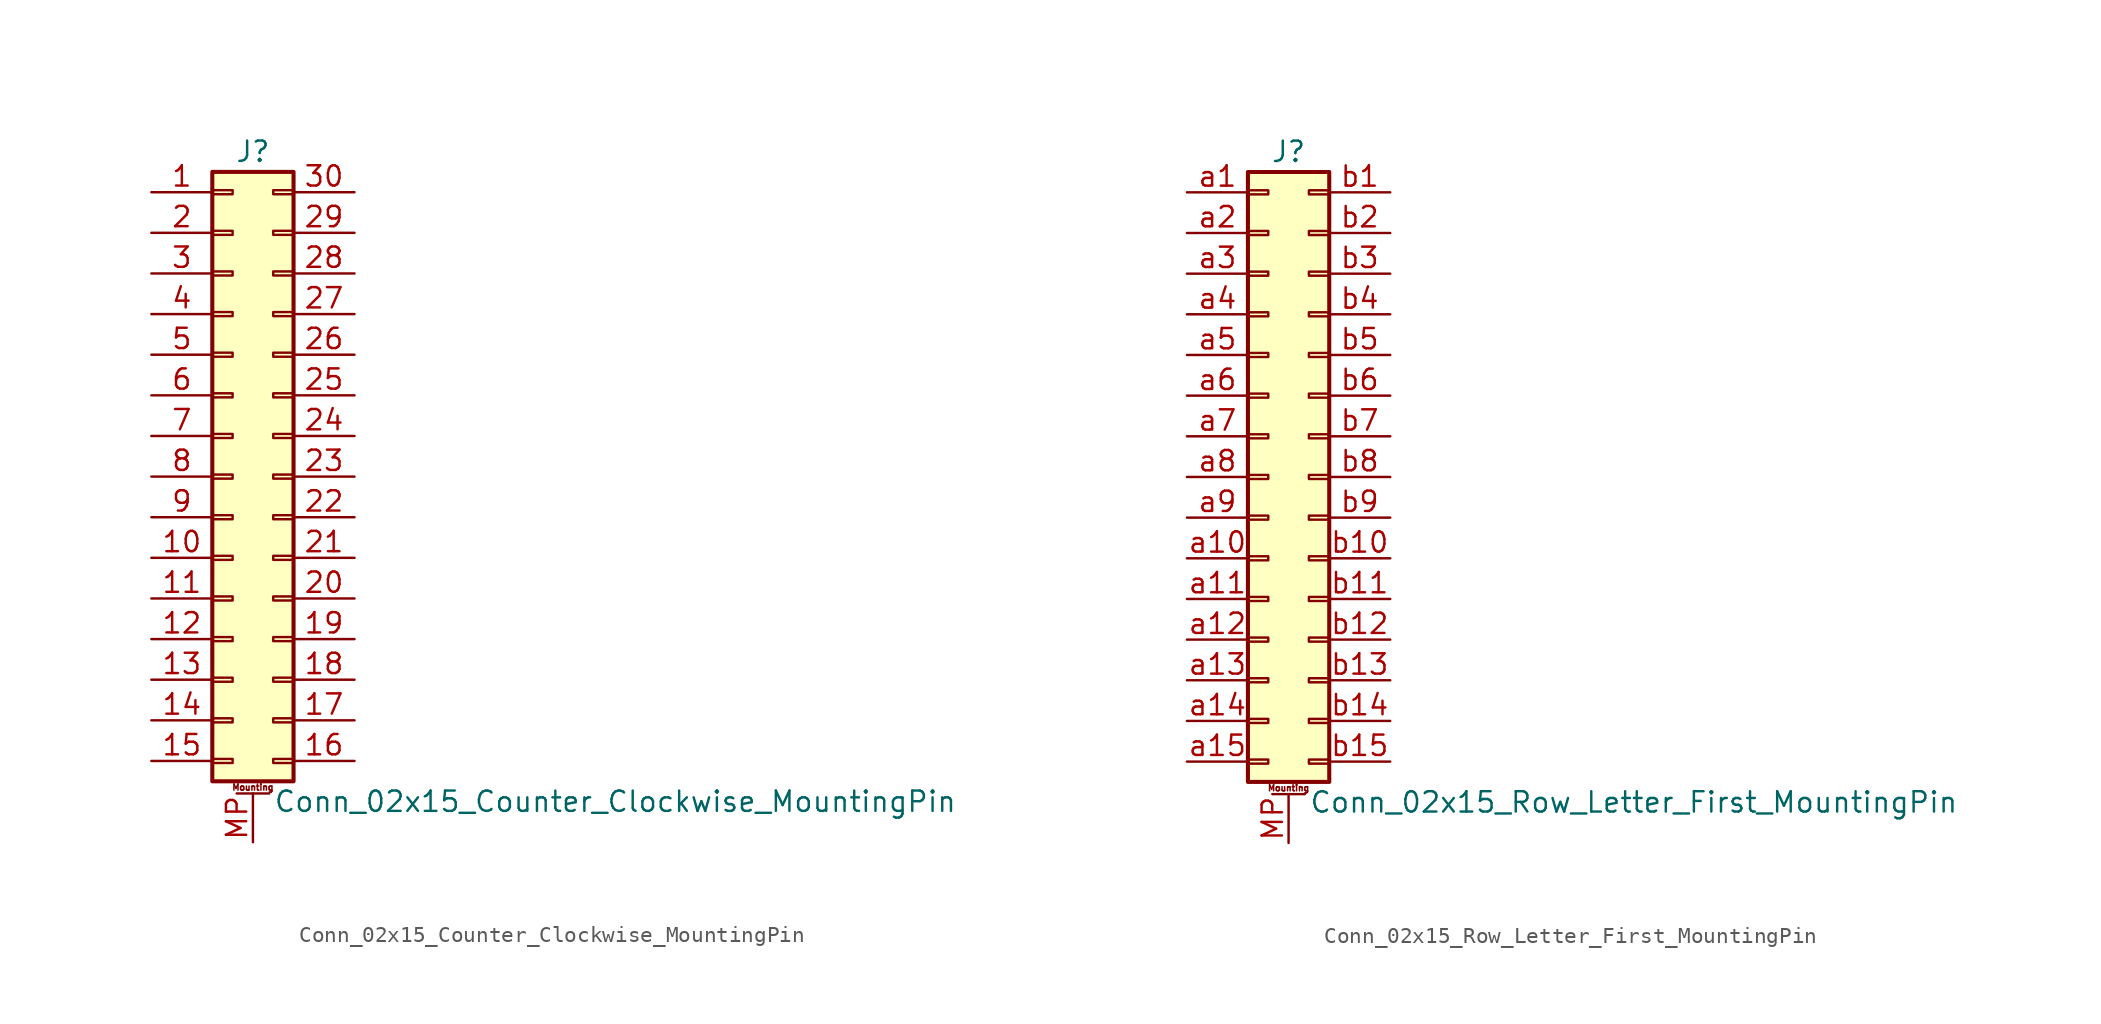
<source format=kicad_sym>
(kicad_symbol_lib
  (version 20201005)
  (generator kicad_symbol_editor)
  (symbol "Connector_Generic_MountingPin:Conn_02x15_Counter_Clockwise_MountingPin"
    (pin_names
      (offset 1.016) hide)
    (property "Reference" "J"
      (at 1.27 20.32 0)
      (effects (font (size 1.27 1.27))))
    (property "Value" "Conn_02x15_Counter_Clockwise_MountingPin"
      (at 2.54 -20.32 0)
      (effects (font (size 1.27 1.27)) (justify left)))
    (symbol "Conn_02x15_Counter_Clockwise_MountingPin_1_1"
      (text "Mounting" (at 1.27 -19.431 0) (effects (font (size 0.381 0.381))))
      (rectangle (start -1.27 -4.953) (end 0 -5.207) (stroke (width 0.152)) (fill (type none)))
      (rectangle (start -1.27 -7.493) (end 0 -7.747) (stroke (width 0.152)) (fill (type none)))
      (rectangle (start -1.27 -10.033) (end 0 -10.287) (stroke (width 0.152)) (fill (type none)))
      (rectangle (start -1.27 -12.573) (end 0 -12.827) (stroke (width 0.152)) (fill (type none)))
      (rectangle (start -1.27 -15.113) (end 0 -15.367) (stroke (width 0.152)) (fill (type none)))
      (rectangle (start -1.27 -17.653) (end 0 -17.907) (stroke (width 0.152)) (fill (type none)))
      (rectangle (start -1.27 -2.413) (end 0 -2.667) (stroke (width 0.152)) (fill (type none)))
      (rectangle (start -1.27 2.667) (end 0 2.413) (stroke (width 0.152)) (fill (type none)))
      (rectangle (start -1.27 5.207) (end 0 4.953) (stroke (width 0.152)) (fill (type none)))
      (rectangle (start -1.27 7.747) (end 0 7.493) (stroke (width 0.152)) (fill (type none)))
      (rectangle (start -1.27 10.287) (end 0 10.033) (stroke (width 0.152)) (fill (type none)))
      (rectangle (start -1.27 0.127) (end 0 -0.127) (stroke (width 0.152)) (fill (type none)))
      (rectangle (start -1.27 12.827) (end 0 12.573) (stroke (width 0.152)) (fill (type none)))
      (rectangle (start -1.27 15.367) (end 0 15.113) (stroke (width 0.152)) (fill (type none)))
      (rectangle (start -1.27 17.907) (end 0 17.653) (stroke (width 0.152)) (fill (type none)))
      (rectangle (start -1.27 19.05) (end 3.81 -19.05) (stroke (width 0.254)) (fill (type background)))
      (rectangle (start 3.81 -4.953) (end 2.54 -5.207) (stroke (width 0.152)) (fill (type none)))
      (rectangle (start 3.81 -7.493) (end 2.54 -7.747) (stroke (width 0.152)) (fill (type none)))
      (rectangle (start 3.81 -10.033) (end 2.54 -10.287) (stroke (width 0.152)) (fill (type none)))
      (rectangle (start 3.81 -12.573) (end 2.54 -12.827) (stroke (width 0.152)) (fill (type none)))
      (rectangle (start 3.81 -15.113) (end 2.54 -15.367) (stroke (width 0.152)) (fill (type none)))
      (rectangle (start 3.81 -17.653) (end 2.54 -17.907) (stroke (width 0.152)) (fill (type none)))
      (rectangle (start 3.81 -2.413) (end 2.54 -2.667) (stroke (width 0.152)) (fill (type none)))
      (rectangle (start 3.81 2.667) (end 2.54 2.413) (stroke (width 0.152)) (fill (type none)))
      (rectangle (start 3.81 5.207) (end 2.54 4.953) (stroke (width 0.152)) (fill (type none)))
      (rectangle (start 3.81 7.747) (end 2.54 7.493) (stroke (width 0.152)) (fill (type none)))
      (rectangle (start 3.81 10.287) (end 2.54 10.033) (stroke (width 0.152)) (fill (type none)))
      (rectangle (start 3.81 0.127) (end 2.54 -0.127) (stroke (width 0.152)) (fill (type none)))
      (rectangle (start 3.81 12.827) (end 2.54 12.573) (stroke (width 0.152)) (fill (type none)))
      (rectangle (start 3.81 15.367) (end 2.54 15.113) (stroke (width 0.152)) (fill (type none)))
      (rectangle (start 3.81 17.907) (end 2.54 17.653) (stroke (width 0.152)) (fill (type none)))
      (polyline (pts (xy 0.254 -19.812) (xy 2.286 -19.812)) (stroke (width 0.152)) (fill (type none)))
      (pin passive line (at 1.27 -22.86 90) (length 3.048) (name "MountPin" (effects (font (size 1.27 1.27)))) (number "MP" (effects (font (size 1.27 1.27)))))
      (pin passive line (at -5.08 17.78 0) (length 3.81) (name "Pin_1" (effects (font (size 1.27 1.27)))) (number "1" (effects (font (size 1.27 1.27)))))
      (pin passive line (at -5.08 -5.08 0) (length 3.81) (name "Pin_10" (effects (font (size 1.27 1.27)))) (number "10" (effects (font (size 1.27 1.27)))))
      (pin passive line (at -5.08 -7.62 0) (length 3.81) (name "Pin_11" (effects (font (size 1.27 1.27)))) (number "11" (effects (font (size 1.27 1.27)))))
      (pin passive line (at -5.08 -10.16 0) (length 3.81) (name "Pin_12" (effects (font (size 1.27 1.27)))) (number "12" (effects (font (size 1.27 1.27)))))
      (pin passive line (at -5.08 -12.7 0) (length 3.81) (name "Pin_13" (effects (font (size 1.27 1.27)))) (number "13" (effects (font (size 1.27 1.27)))))
      (pin passive line (at -5.08 -15.24 0) (length 3.81) (name "Pin_14" (effects (font (size 1.27 1.27)))) (number "14" (effects (font (size 1.27 1.27)))))
      (pin passive line (at -5.08 -17.78 0) (length 3.81) (name "Pin_15" (effects (font (size 1.27 1.27)))) (number "15" (effects (font (size 1.27 1.27)))))
      (pin passive line (at 7.62 -17.78 180) (length 3.81) (name "Pin_16" (effects (font (size 1.27 1.27)))) (number "16" (effects (font (size 1.27 1.27)))))
      (pin passive line (at 7.62 -15.24 180) (length 3.81) (name "Pin_17" (effects (font (size 1.27 1.27)))) (number "17" (effects (font (size 1.27 1.27)))))
      (pin passive line (at 7.62 -12.7 180) (length 3.81) (name "Pin_18" (effects (font (size 1.27 1.27)))) (number "18" (effects (font (size 1.27 1.27)))))
      (pin passive line (at 7.62 -10.16 180) (length 3.81) (name "Pin_19" (effects (font (size 1.27 1.27)))) (number "19" (effects (font (size 1.27 1.27)))))
      (pin passive line (at -5.08 15.24 0) (length 3.81) (name "Pin_2" (effects (font (size 1.27 1.27)))) (number "2" (effects (font (size 1.27 1.27)))))
      (pin passive line (at 7.62 -7.62 180) (length 3.81) (name "Pin_20" (effects (font (size 1.27 1.27)))) (number "20" (effects (font (size 1.27 1.27)))))
      (pin passive line (at 7.62 -5.08 180) (length 3.81) (name "Pin_21" (effects (font (size 1.27 1.27)))) (number "21" (effects (font (size 1.27 1.27)))))
      (pin passive line (at 7.62 -2.54 180) (length 3.81) (name "Pin_22" (effects (font (size 1.27 1.27)))) (number "22" (effects (font (size 1.27 1.27)))))
      (pin passive line (at 7.62 0 180) (length 3.81) (name "Pin_23" (effects (font (size 1.27 1.27)))) (number "23" (effects (font (size 1.27 1.27)))))
      (pin passive line (at 7.62 2.54 180) (length 3.81) (name "Pin_24" (effects (font (size 1.27 1.27)))) (number "24" (effects (font (size 1.27 1.27)))))
      (pin passive line (at 7.62 5.08 180) (length 3.81) (name "Pin_25" (effects (font (size 1.27 1.27)))) (number "25" (effects (font (size 1.27 1.27)))))
      (pin passive line (at 7.62 7.62 180) (length 3.81) (name "Pin_26" (effects (font (size 1.27 1.27)))) (number "26" (effects (font (size 1.27 1.27)))))
      (pin passive line (at 7.62 10.16 180) (length 3.81) (name "Pin_27" (effects (font (size 1.27 1.27)))) (number "27" (effects (font (size 1.27 1.27)))))
      (pin passive line (at 7.62 12.7 180) (length 3.81) (name "Pin_28" (effects (font (size 1.27 1.27)))) (number "28" (effects (font (size 1.27 1.27)))))
      (pin passive line (at 7.62 15.24 180) (length 3.81) (name "Pin_29" (effects (font (size 1.27 1.27)))) (number "29" (effects (font (size 1.27 1.27)))))
      (pin passive line (at -5.08 12.7 0) (length 3.81) (name "Pin_3" (effects (font (size 1.27 1.27)))) (number "3" (effects (font (size 1.27 1.27)))))
      (pin passive line (at 7.62 17.78 180) (length 3.81) (name "Pin_30" (effects (font (size 1.27 1.27)))) (number "30" (effects (font (size 1.27 1.27)))))
      (pin passive line (at -5.08 10.16 0) (length 3.81) (name "Pin_4" (effects (font (size 1.27 1.27)))) (number "4" (effects (font (size 1.27 1.27)))))
      (pin passive line (at -5.08 7.62 0) (length 3.81) (name "Pin_5" (effects (font (size 1.27 1.27)))) (number "5" (effects (font (size 1.27 1.27)))))
      (pin passive line (at -5.08 5.08 0) (length 3.81) (name "Pin_6" (effects (font (size 1.27 1.27)))) (number "6" (effects (font (size 1.27 1.27)))))
      (pin passive line (at -5.08 2.54 0) (length 3.81) (name "Pin_7" (effects (font (size 1.27 1.27)))) (number "7" (effects (font (size 1.27 1.27)))))
      (pin passive line (at -5.08 0 0) (length 3.81) (name "Pin_8" (effects (font (size 1.27 1.27)))) (number "8" (effects (font (size 1.27 1.27)))))
      (pin passive line (at -5.08 -2.54 0) (length 3.81) (name "Pin_9" (effects (font (size 1.27 1.27)))) (number "9" (effects (font (size 1.27 1.27)))))))
  (symbol "Connector_Generic_MountingPin:Conn_02x15_Row_Letter_First_MountingPin"
    (pin_names
      (offset 1.016) hide)
    (property "Reference" "J"
      (at 1.27 20.32 0)
      (effects (font (size 1.27 1.27))))
    (property "Value" "Conn_02x15_Row_Letter_First_MountingPin"
      (at 2.54 -20.32 0)
      (effects (font (size 1.27 1.27)) (justify left)))
    (symbol "Conn_02x15_Row_Letter_First_MountingPin_1_1"
      (text "Mounting" (at 1.27 -19.431 0) (effects (font (size 0.381 0.381))))
      (rectangle (start -1.27 -4.953) (end 0 -5.207) (stroke (width 0.152)) (fill (type none)))
      (rectangle (start -1.27 -7.493) (end 0 -7.747) (stroke (width 0.152)) (fill (type none)))
      (rectangle (start -1.27 -10.033) (end 0 -10.287) (stroke (width 0.152)) (fill (type none)))
      (rectangle (start -1.27 -12.573) (end 0 -12.827) (stroke (width 0.152)) (fill (type none)))
      (rectangle (start -1.27 -15.113) (end 0 -15.367) (stroke (width 0.152)) (fill (type none)))
      (rectangle (start -1.27 -17.653) (end 0 -17.907) (stroke (width 0.152)) (fill (type none)))
      (rectangle (start -1.27 -2.413) (end 0 -2.667) (stroke (width 0.152)) (fill (type none)))
      (rectangle (start -1.27 2.667) (end 0 2.413) (stroke (width 0.152)) (fill (type none)))
      (rectangle (start -1.27 5.207) (end 0 4.953) (stroke (width 0.152)) (fill (type none)))
      (rectangle (start -1.27 7.747) (end 0 7.493) (stroke (width 0.152)) (fill (type none)))
      (rectangle (start -1.27 10.287) (end 0 10.033) (stroke (width 0.152)) (fill (type none)))
      (rectangle (start -1.27 0.127) (end 0 -0.127) (stroke (width 0.152)) (fill (type none)))
      (rectangle (start -1.27 12.827) (end 0 12.573) (stroke (width 0.152)) (fill (type none)))
      (rectangle (start -1.27 15.367) (end 0 15.113) (stroke (width 0.152)) (fill (type none)))
      (rectangle (start -1.27 17.907) (end 0 17.653) (stroke (width 0.152)) (fill (type none)))
      (rectangle (start -1.27 19.05) (end 3.81 -19.05) (stroke (width 0.254)) (fill (type background)))
      (rectangle (start 3.81 -4.953) (end 2.54 -5.207) (stroke (width 0.152)) (fill (type none)))
      (rectangle (start 3.81 -7.493) (end 2.54 -7.747) (stroke (width 0.152)) (fill (type none)))
      (rectangle (start 3.81 -10.033) (end 2.54 -10.287) (stroke (width 0.152)) (fill (type none)))
      (rectangle (start 3.81 -12.573) (end 2.54 -12.827) (stroke (width 0.152)) (fill (type none)))
      (rectangle (start 3.81 -15.113) (end 2.54 -15.367) (stroke (width 0.152)) (fill (type none)))
      (rectangle (start 3.81 -17.653) (end 2.54 -17.907) (stroke (width 0.152)) (fill (type none)))
      (rectangle (start 3.81 -2.413) (end 2.54 -2.667) (stroke (width 0.152)) (fill (type none)))
      (rectangle (start 3.81 2.667) (end 2.54 2.413) (stroke (width 0.152)) (fill (type none)))
      (rectangle (start 3.81 5.207) (end 2.54 4.953) (stroke (width 0.152)) (fill (type none)))
      (rectangle (start 3.81 7.747) (end 2.54 7.493) (stroke (width 0.152)) (fill (type none)))
      (rectangle (start 3.81 10.287) (end 2.54 10.033) (stroke (width 0.152)) (fill (type none)))
      (rectangle (start 3.81 0.127) (end 2.54 -0.127) (stroke (width 0.152)) (fill (type none)))
      (rectangle (start 3.81 12.827) (end 2.54 12.573) (stroke (width 0.152)) (fill (type none)))
      (rectangle (start 3.81 15.367) (end 2.54 15.113) (stroke (width 0.152)) (fill (type none)))
      (rectangle (start 3.81 17.907) (end 2.54 17.653) (stroke (width 0.152)) (fill (type none)))
      (polyline (pts (xy 0.254 -19.812) (xy 2.286 -19.812)) (stroke (width 0.152)) (fill (type none)))
      (pin passive line (at 1.27 -22.86 90) (length 3.048) (name "MountPin" (effects (font (size 1.27 1.27)))) (number "MP" (effects (font (size 1.27 1.27)))))
      (pin passive line (at -5.08 17.78 0) (length 3.81) (name "Pin_a1" (effects (font (size 1.27 1.27)))) (number "a1" (effects (font (size 1.27 1.27)))))
      (pin passive line (at -5.08 -5.08 0) (length 3.81) (name "Pin_a10" (effects (font (size 1.27 1.27)))) (number "a10" (effects (font (size 1.27 1.27)))))
      (pin passive line (at -5.08 -7.62 0) (length 3.81) (name "Pin_a11" (effects (font (size 1.27 1.27)))) (number "a11" (effects (font (size 1.27 1.27)))))
      (pin passive line (at -5.08 -10.16 0) (length 3.81) (name "Pin_a12" (effects (font (size 1.27 1.27)))) (number "a12" (effects (font (size 1.27 1.27)))))
      (pin passive line (at -5.08 -12.7 0) (length 3.81) (name "Pin_a13" (effects (font (size 1.27 1.27)))) (number "a13" (effects (font (size 1.27 1.27)))))
      (pin passive line (at -5.08 -15.24 0) (length 3.81) (name "Pin_a14" (effects (font (size 1.27 1.27)))) (number "a14" (effects (font (size 1.27 1.27)))))
      (pin passive line (at -5.08 -17.78 0) (length 3.81) (name "Pin_a15" (effects (font (size 1.27 1.27)))) (number "a15" (effects (font (size 1.27 1.27)))))
      (pin passive line (at -5.08 15.24 0) (length 3.81) (name "Pin_a2" (effects (font (size 1.27 1.27)))) (number "a2" (effects (font (size 1.27 1.27)))))
      (pin passive line (at -5.08 12.7 0) (length 3.81) (name "Pin_a3" (effects (font (size 1.27 1.27)))) (number "a3" (effects (font (size 1.27 1.27)))))
      (pin passive line (at -5.08 10.16 0) (length 3.81) (name "Pin_a4" (effects (font (size 1.27 1.27)))) (number "a4" (effects (font (size 1.27 1.27)))))
      (pin passive line (at -5.08 7.62 0) (length 3.81) (name "Pin_a5" (effects (font (size 1.27 1.27)))) (number "a5" (effects (font (size 1.27 1.27)))))
      (pin passive line (at -5.08 5.08 0) (length 3.81) (name "Pin_a6" (effects (font (size 1.27 1.27)))) (number "a6" (effects (font (size 1.27 1.27)))))
      (pin passive line (at -5.08 2.54 0) (length 3.81) (name "Pin_a7" (effects (font (size 1.27 1.27)))) (number "a7" (effects (font (size 1.27 1.27)))))
      (pin passive line (at -5.08 0 0) (length 3.81) (name "Pin_a8" (effects (font (size 1.27 1.27)))) (number "a8" (effects (font (size 1.27 1.27)))))
      (pin passive line (at -5.08 -2.54 0) (length 3.81) (name "Pin_a9" (effects (font (size 1.27 1.27)))) (number "a9" (effects (font (size 1.27 1.27)))))
      (pin passive line (at 7.62 17.78 180) (length 3.81) (name "Pin_b1" (effects (font (size 1.27 1.27)))) (number "b1" (effects (font (size 1.27 1.27)))))
      (pin passive line (at 7.62 -5.08 180) (length 3.81) (name "Pin_b10" (effects (font (size 1.27 1.27)))) (number "b10" (effects (font (size 1.27 1.27)))))
      (pin passive line (at 7.62 -7.62 180) (length 3.81) (name "Pin_b11" (effects (font (size 1.27 1.27)))) (number "b11" (effects (font (size 1.27 1.27)))))
      (pin passive line (at 7.62 -10.16 180) (length 3.81) (name "Pin_b12" (effects (font (size 1.27 1.27)))) (number "b12" (effects (font (size 1.27 1.27)))))
      (pin passive line (at 7.62 -12.7 180) (length 3.81) (name "Pin_b13" (effects (font (size 1.27 1.27)))) (number "b13" (effects (font (size 1.27 1.27)))))
      (pin passive line (at 7.62 -15.24 180) (length 3.81) (name "Pin_b14" (effects (font (size 1.27 1.27)))) (number "b14" (effects (font (size 1.27 1.27)))))
      (pin passive line (at 7.62 -17.78 180) (length 3.81) (name "Pin_b15" (effects (font (size 1.27 1.27)))) (number "b15" (effects (font (size 1.27 1.27)))))
      (pin passive line (at 7.62 15.24 180) (length 3.81) (name "Pin_b2" (effects (font (size 1.27 1.27)))) (number "b2" (effects (font (size 1.27 1.27)))))
      (pin passive line (at 7.62 12.7 180) (length 3.81) (name "Pin_b3" (effects (font (size 1.27 1.27)))) (number "b3" (effects (font (size 1.27 1.27)))))
      (pin passive line (at 7.62 10.16 180) (length 3.81) (name "Pin_b4" (effects (font (size 1.27 1.27)))) (number "b4" (effects (font (size 1.27 1.27)))))
      (pin passive line (at 7.62 7.62 180) (length 3.81) (name "Pin_b5" (effects (font (size 1.27 1.27)))) (number "b5" (effects (font (size 1.27 1.27)))))
      (pin passive line (at 7.62 5.08 180) (length 3.81) (name "Pin_b6" (effects (font (size 1.27 1.27)))) (number "b6" (effects (font (size 1.27 1.27)))))
      (pin passive line (at 7.62 2.54 180) (length 3.81) (name "Pin_b7" (effects (font (size 1.27 1.27)))) (number "b7" (effects (font (size 1.27 1.27)))))
      (pin passive line (at 7.62 0 180) (length 3.81) (name "Pin_b8" (effects (font (size 1.27 1.27)))) (number "b8" (effects (font (size 1.27 1.27)))))
      (pin passive line (at 7.62 -2.54 180) (length 3.81) (name "Pin_b9" (effects (font (size 1.27 1.27)))) (number "b9" (effects (font (size 1.27 1.27))))))))
</source>
